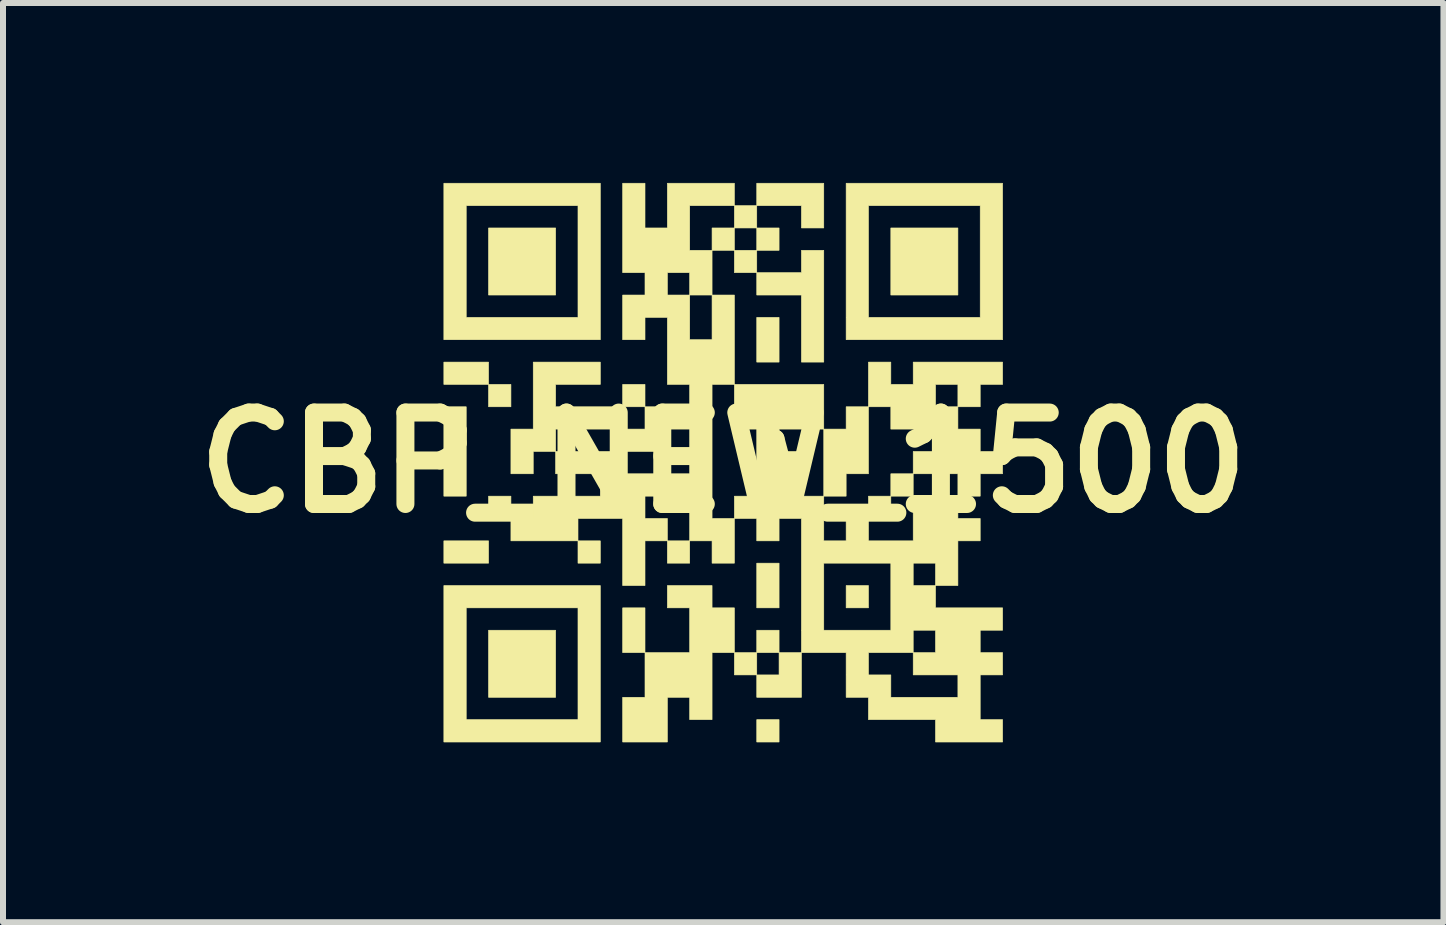
<source format=kicad_pcb>
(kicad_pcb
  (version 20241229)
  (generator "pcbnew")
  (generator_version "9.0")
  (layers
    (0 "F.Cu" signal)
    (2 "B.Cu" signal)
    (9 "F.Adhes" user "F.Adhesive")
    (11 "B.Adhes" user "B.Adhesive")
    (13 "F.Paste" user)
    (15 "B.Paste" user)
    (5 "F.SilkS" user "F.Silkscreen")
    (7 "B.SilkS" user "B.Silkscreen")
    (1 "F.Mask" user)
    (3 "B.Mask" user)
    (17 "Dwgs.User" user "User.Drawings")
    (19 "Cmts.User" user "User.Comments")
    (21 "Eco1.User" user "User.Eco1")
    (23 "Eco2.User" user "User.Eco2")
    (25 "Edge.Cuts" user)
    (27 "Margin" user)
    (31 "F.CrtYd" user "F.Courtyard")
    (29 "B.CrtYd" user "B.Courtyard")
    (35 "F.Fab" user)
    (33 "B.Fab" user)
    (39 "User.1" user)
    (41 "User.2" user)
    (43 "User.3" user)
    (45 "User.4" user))
  (footprint "CBP_NEW_1500"
    (layer "F.Cu")
    (at 9.006 4.662)
    (property "Reference" "CBP_NEW_1500" (at 0 0 0) (layer "F.SilkS") (effects (font (size 1.524 1.524) (thickness 0.3))))
    (attr through_hole)
    (fp_poly (pts (xy -4.284 0.559) (xy -4.657 0.559) (xy -4.657 -0.931) (xy -4.284 -0.931) (xy -4.284 0.559)) (stroke (width 0.01) (type solid)) (fill yes) (layer "F.SilkS"))
    (fp_poly (pts (xy -3.912 -1.304) (xy -4.657 -1.304) (xy -4.657 -1.676) (xy -3.912 -1.676) (xy -3.912 -1.304)) (stroke (width 0.01) (type solid)) (fill yes) (layer "F.SilkS"))
    (fp_poly (pts (xy -3.912 1.676) (xy -4.657 1.676) (xy -4.657 1.304) (xy -3.912 1.304) (xy -3.912 1.676)) (stroke (width 0.01) (type solid)) (fill yes) (layer "F.SilkS"))
    (fp_poly (pts (xy -3.539 -0.931) (xy -3.912 -0.931) (xy -3.912 -1.304) (xy -3.539 -1.304) (xy -3.539 -0.931)) (stroke (width 0.01) (type solid)) (fill yes) (layer "F.SilkS"))
    (fp_poly (pts (xy -3.539 0.931) (xy -3.912 0.931) (xy -3.912 0.559) (xy -3.539 0.559) (xy -3.539 0.931)) (stroke (width 0.01) (type solid)) (fill yes) (layer "F.SilkS"))
    (fp_poly (pts (xy -2.794 -2.794) (xy -3.912 -2.794) (xy -3.912 -3.912) (xy -2.794 -3.912) (xy -2.794 -2.794)) (stroke (width 0.01) (type solid)) (fill yes) (layer "F.SilkS"))
    (fp_poly (pts (xy -2.794 3.912) (xy -3.912 3.912) (xy -3.912 2.794) (xy -2.794 2.794) (xy -2.794 3.912)) (stroke (width 0.01) (type solid)) (fill yes) (layer "F.SilkS"))
    (fp_poly (pts (xy -2.049 1.676) (xy -2.421 1.676) (xy -2.421 1.304) (xy -2.049 1.304) (xy -2.049 1.676)) (stroke (width 0.01) (type solid)) (fill yes) (layer "F.SilkS"))
    (fp_poly (pts (xy -1.304 3.167) (xy -1.676 3.167) (xy -1.676 2.421) (xy -1.304 2.421) (xy -1.304 3.167)) (stroke (width 0.01) (type solid)) (fill yes) (layer "F.SilkS"))
    (fp_poly (pts (xy 0.559 -3.167) (xy 0.186 -3.167) (xy 0.186 -3.539) (xy 0.559 -3.539) (xy 0.559 -3.167)) (stroke (width 0.01) (type solid)) (fill yes) (layer "F.SilkS"))
    (fp_poly (pts (xy 0.931 -3.539) (xy 0.559 -3.539) (xy 0.559 -3.912) (xy 0.931 -3.912) (xy 0.931 -3.539)) (stroke (width 0.01) (type solid)) (fill yes) (layer "F.SilkS"))
    (fp_poly (pts (xy 0.931 -1.676) (xy 0.559 -1.676) (xy 0.559 -2.421) (xy 0.931 -2.421) (xy 0.931 -1.676)) (stroke (width 0.01) (type solid)) (fill yes) (layer "F.SilkS"))
    (fp_poly (pts (xy 0.931 2.421) (xy 0.559 2.421) (xy 0.559 1.676) (xy 0.931 1.676) (xy 0.931 2.421)) (stroke (width 0.01) (type solid)) (fill yes) (layer "F.SilkS"))
    (fp_poly (pts (xy 0.931 4.657) (xy 0.559 4.657) (xy 0.559 4.284) (xy 0.931 4.284) (xy 0.931 4.657)) (stroke (width 0.01) (type solid)) (fill yes) (layer "F.SilkS"))
    (fp_poly (pts (xy 2.421 2.421) (xy 2.049 2.421) (xy 2.049 2.049) (xy 2.421 2.049) (xy 2.421 2.421)) (stroke (width 0.01) (type solid)) (fill yes) (layer "F.SilkS"))
    (fp_poly (pts (xy 2.794 0.931) (xy 2.421 0.931) (xy 2.421 0.559) (xy 2.794 0.559) (xy 2.794 0.931)) (stroke (width 0.01) (type solid)) (fill yes) (layer "F.SilkS"))
    (fp_poly (pts (xy 3.167 0.559) (xy 2.794 0.559) (xy 2.794 0.186) (xy 3.167 0.186) (xy 3.167 0.559)) (stroke (width 0.01) (type solid)) (fill yes) (layer "F.SilkS"))
    (fp_poly (pts (xy 3.912 -2.794) (xy 2.794 -2.794) (xy 2.794 -3.912) (xy 3.912 -3.912) (xy 3.912 -2.794)) (stroke (width 0.01) (type solid)) (fill yes) (layer "F.SilkS"))
    (fp_poly (pts (xy 1.676 -3.912) (xy 1.304 -3.912) (xy 1.304 -4.284) (xy 0.559 -4.284) (xy 0.559 -4.657) (xy 1.676 -4.657) (xy 1.676 -3.912)) (stroke (width 0.01) (type solid)) (fill yes) (layer "F.SilkS"))
    (fp_poly (pts (xy 1.676 -1.676) (xy 1.304 -1.676) (xy 1.304 -2.794) (xy 0.559 -2.794) (xy 0.559 -3.167) (xy 1.304 -3.167) (xy 1.304 -3.539) (xy 1.676 -3.539) (xy 1.676 -1.676)) (stroke (width 0.01) (type solid)) (fill yes) (layer "F.SilkS"))
    (fp_poly (pts (xy -2.049 -2.049) (xy -4.657 -2.049) (xy -4.657 -4.284) (xy -4.284 -4.284) (xy -4.284 -2.421) (xy -2.421 -2.421) (xy -2.421 -4.284) (xy -4.284 -4.284) (xy -4.657 -4.284) (xy -4.657 -4.657) (xy -2.049 -4.657) (xy -2.049 -2.049)) (stroke (width 0.01) (type solid)) (fill yes) (layer "F.SilkS"))
    (fp_poly (pts (xy -2.049 4.657) (xy -4.657 4.657) (xy -4.657 2.421) (xy -4.284 2.421) (xy -4.284 4.284) (xy -2.421 4.284) (xy -2.421 2.421) (xy -4.284 2.421) (xy -4.657 2.421) (xy -4.657 2.049) (xy -2.049 2.049) (xy -2.049 4.657)) (stroke (width 0.01) (type solid)) (fill yes) (layer "F.SilkS"))
    (fp_poly (pts (xy 4.657 -2.049) (xy 2.049 -2.049) (xy 2.049 -4.284) (xy 2.421 -4.284) (xy 2.421 -2.421) (xy 4.284 -2.421) (xy 4.284 -4.284) (xy 2.421 -4.284) (xy 2.049 -4.284) (xy 2.049 -4.657) (xy 4.657 -4.657) (xy 4.657 -2.049)) (stroke (width 0.01) (type solid)) (fill yes) (layer "F.SilkS"))
    (fp_poly (pts (xy 1.304 3.167) (xy 1.304 3.912) (xy 0.559 3.912) (xy 0.559 3.539) (xy 0.186 3.539) (xy 0.186 3.167) (xy 0.559 3.167) (xy 0.559 3.539) (xy 0.931 3.539) (xy 0.931 3.167) (xy 0.559 3.167) (xy 0.559 2.794) (xy 0.931 2.794) (xy 0.931 3.167) (xy 1.304 3.167)) (stroke (width 0.01) (type solid)) (fill yes) (layer "F.SilkS"))
    (fp_poly (pts (xy -0.186 2.421) (xy 0.186 2.421) (xy 0.186 3.167) (xy -0.186 3.167) (xy -0.186 4.284) (xy -0.559 4.284) (xy -0.559 3.912) (xy -0.931 3.912) (xy -0.931 4.657) (xy -1.676 4.657) (xy -1.676 3.912) (xy -1.304 3.912) (xy -1.304 3.167) (xy -0.559 3.167) (xy -0.559 2.421) (xy -0.931 2.421) (xy -0.931 2.049) (xy -0.186 2.049) (xy -0.186 2.421)) (stroke (width 0.01) (type solid)) (fill yes) (layer "F.SilkS"))
    (fp_poly (pts (xy 0.186 -2.794) (xy 0.186 -1.304) (xy -0.186 -1.304) (xy -0.186 0.931) (xy 0.186 0.931) (xy 0.186 1.676) (xy -0.186 1.676) (xy -0.186 1.304) (xy -0.559 1.304) (xy -0.559 1.676) (xy -0.931 1.676) (xy -0.931 1.304) (xy -1.304 1.304) (xy -1.304 2.049) (xy -1.676 2.049) (xy -1.676 0.931) (xy -2.421 0.931) (xy -2.421 1.304) (xy -3.539 1.304) (xy -3.539 0.931) (xy -3.167 0.931) (xy -3.167 0.559) (xy -2.049 0.559) (xy -1.304 0.559) (xy -1.304 0.931) (xy -0.931 0.931) (xy -0.931 1.304) (xy -0.559 1.304) (xy -0.559 0.559) (xy -1.304 0.559) (xy -2.049 0.559) (xy -2.049 0.186) (xy -2.794 0.186) (xy -2.794 -0.186) (xy -3.167 -0.186) (xy -3.167 0.186) (xy -3.539 0.186) (xy -3.539 -0.559) (xy -3.167 -0.559) (xy -2.794 -0.559) (xy -2.794 -0.186) (xy -1.676 -0.186) (xy -1.676 0.186) (xy -0.559 0.186) (xy -0.559 -0.559) (xy -0.931 -0.559) (xy -0.931 -0.186) (xy -1.676 -0.186) (xy -1.676 -0.559) (xy -2.794 -0.559) (xy -3.167 -0.559) (xy -3.167 -1.676) (xy -2.049 -1.676) (xy -2.049 -1.304) (xy -2.794 -1.304) (xy -2.794 -0.931) (xy -1.676 -0.931) (xy -1.676 -0.559) (xy -1.304 -0.559) (xy -1.304 -0.931) (xy -1.676 -0.931) (xy -1.676 -1.304) (xy -1.304 -1.304) (xy -1.304 -0.931) (xy -0.559 -0.931) (xy -0.559 -1.304) (xy -0.931 -1.304) (xy -0.931 -2.421) (xy -1.304 -2.421) (xy -1.304 -2.049) (xy -1.676 -2.049) (xy -1.676 -2.794) (xy -1.304 -2.794) (xy -1.304 -3.167) (xy -0.931 -3.167) (xy -0.931 -2.794) (xy -0.559 -2.794) (xy -0.559 -2.049) (xy -0.186 -2.049) (xy -0.186 -2.794) (xy -0.559 -2.794) (xy -0.559 -3.167) (xy -0.931 -3.167) (xy -1.304 -3.167) (xy -1.676 -3.167) (xy -1.676 -4.657) (xy -1.304 -4.657) (xy -1.304 -3.912) (xy -0.931 -3.912) (xy -0.931 -4.284) (xy -0.559 -4.284) (xy -0.559 -3.539) (xy -0.186 -3.539) (xy -0.186 -3.912) (xy 0.186 -3.912) (xy 0.186 -4.284) (xy -0.559 -4.284) (xy -0.931 -4.284) (xy -0.931 -4.657) (xy 0.186 -4.657) (xy 0.186 -4.284) (xy 0.559 -4.284) (xy 0.559 -3.912) (xy 0.186 -3.912) (xy 0.186 -3.539) (xy -0.186 -3.539) (xy -0.186 -2.794) (xy 0.186 -2.794)) (stroke (width 0.01) (type solid)) (fill yes) (layer "F.SilkS"))
    (fp_poly (pts (xy 2.794 -1.304) (xy 3.167 -1.304) (xy 3.539 -1.304) (xy 3.539 -0.931) (xy 3.912 -0.931) (xy 3.912 -1.304) (xy 3.539 -1.304) (xy 3.167 -1.304) (xy 3.167 -1.676) (xy 4.657 -1.676) (xy 4.657 -1.304) (xy 4.284 -1.304) (xy 4.284 -0.931) (xy 3.912 -0.931) (xy 3.912 -0.559) (xy 4.284 -0.559) (xy 4.284 -0.186) (xy 4.657 -0.186) (xy 4.657 0.186) (xy 4.284 0.186) (xy 4.284 0.559) (xy 3.912 0.559) (xy 3.912 0.931) (xy 4.284 0.931) (xy 4.284 1.304) (xy 3.912 1.304) (xy 3.912 2.049) (xy 3.539 2.049) (xy 3.539 2.421) (xy 4.657 2.421) (xy 4.657 2.794) (xy 4.284 2.794) (xy 4.284 3.167) (xy 4.657 3.167) (xy 4.657 3.539) (xy 4.284 3.539) (xy 4.284 4.284) (xy 4.657 4.284) (xy 4.657 4.657) (xy 3.539 4.657) (xy 3.539 4.284) (xy 2.421 4.284) (xy 2.421 3.912) (xy 2.049 3.912) (xy 2.049 3.167) (xy 2.421 3.167) (xy 2.421 3.539) (xy 2.794 3.539) (xy 2.794 3.912) (xy 3.912 3.912) (xy 3.912 3.539) (xy 3.167 3.539) (xy 3.167 3.167) (xy 2.421 3.167) (xy 2.049 3.167) (xy 1.304 3.167) (xy 1.304 1.676) (xy 1.676 1.676) (xy 1.676 2.794) (xy 2.794 2.794) (xy 3.167 2.794) (xy 3.167 3.167) (xy 3.539 3.167) (xy 3.539 2.794) (xy 3.167 2.794) (xy 2.794 2.794) (xy 2.794 1.676) (xy 3.167 1.676) (xy 3.167 2.049) (xy 3.539 2.049) (xy 3.539 1.676) (xy 3.167 1.676) (xy 2.794 1.676) (xy 1.676 1.676) (xy 1.304 1.676) (xy 1.304 0.931) (xy 0.931 0.931) (xy 0.931 1.304) (xy 0.559 1.304) (xy 0.559 0.931) (xy 0.186 0.931) (xy 0.186 0.559) (xy 0.559 0.559) (xy 0.559 -0.559) (xy 0.931 -0.559) (xy 0.931 -0.186) (xy 1.304 -0.186) (xy 1.304 0.559) (xy 1.676 0.559) (xy 1.676 1.304) (xy 2.049 1.304) (xy 2.049 0.931) (xy 2.421 0.931) (xy 2.421 1.304) (xy 3.167 1.304) (xy 3.167 0.559) (xy 3.912 0.559) (xy 3.912 0.186) (xy 3.167 0.186) (xy 3.167 -0.186) (xy 3.539 -0.186) (xy 3.539 -0.559) (xy 2.794 -0.559) (xy 2.794 -0.931) (xy 2.421 -0.931) (xy 2.421 0.186) (xy 2.049 0.186) (xy 2.049 0.559) (xy 1.676 0.559) (xy 1.676 -0.559) (xy 0.931 -0.559) (xy 0.559 -0.559) (xy 0.186 -0.559) (xy 0.186 -1.304) (xy 1.676 -1.304) (xy 1.676 -0.559) (xy 2.049 -0.559) (xy 2.049 -0.931) (xy 2.421 -0.931) (xy 2.421 -1.676) (xy 2.794 -1.676) (xy 2.794 -1.304)) (stroke (width 0.01) (type solid)) (fill yes) (layer "F.SilkS")))
  (gr_rect
    (start -3 -3)
    (end 21.012 12.323)
    (stroke (width 0.1) (type default))
    (fill no)
    (layer "Edge.Cuts")))
</source>
